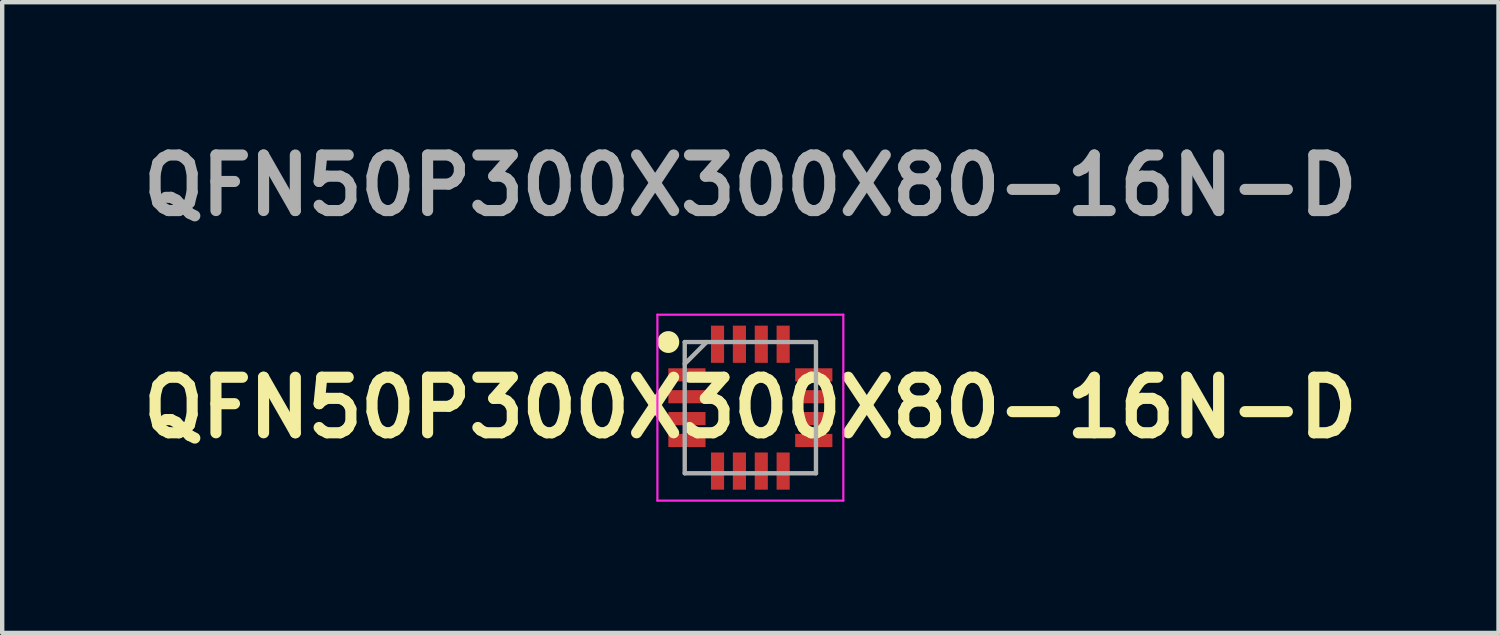
<source format=kicad_pcb>
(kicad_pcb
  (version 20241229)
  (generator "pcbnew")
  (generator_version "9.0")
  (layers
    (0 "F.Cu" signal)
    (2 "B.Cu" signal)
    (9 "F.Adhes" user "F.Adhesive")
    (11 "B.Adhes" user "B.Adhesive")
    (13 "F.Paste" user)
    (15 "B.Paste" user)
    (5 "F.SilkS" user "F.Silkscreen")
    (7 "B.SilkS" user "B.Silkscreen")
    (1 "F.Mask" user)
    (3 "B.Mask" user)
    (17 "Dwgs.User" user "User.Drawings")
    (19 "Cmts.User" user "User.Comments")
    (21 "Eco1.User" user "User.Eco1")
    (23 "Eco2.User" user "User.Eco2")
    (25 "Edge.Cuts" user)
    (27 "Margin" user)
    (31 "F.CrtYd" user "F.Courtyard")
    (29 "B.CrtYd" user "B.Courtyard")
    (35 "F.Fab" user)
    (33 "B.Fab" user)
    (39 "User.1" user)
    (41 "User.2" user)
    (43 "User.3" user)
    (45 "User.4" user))
  (footprint "QFN50P300X300X80-16N-D"
    (layer "F.Cu")
    (at 14.103 6.269)
    (property "Reference" "QFN50P300X300X80-16N-D" (at 0 0 0) (layer "F.SilkS") (effects (font (size 1.27 1.27) (thickness 0.254))))
    (attr smd)
    (fp_circle (center -1.875 -1.5) (end -1.875 -1.375) (stroke (width 0.25) (type solid)) (fill no) (layer "F.SilkS"))
    (fp_line (start -2.125 -2.125) (end 2.125 -2.125) (stroke (width 0.05) (type solid)) (layer "F.CrtYd"))
    (fp_line (start -2.125 2.125) (end -2.125 -2.125) (stroke (width 0.05) (type solid)) (layer "F.CrtYd"))
    (fp_line (start 2.125 -2.125) (end 2.125 2.125) (stroke (width 0.05) (type solid)) (layer "F.CrtYd"))
    (fp_line (start 2.125 2.125) (end -2.125 2.125) (stroke (width 0.05) (type solid)) (layer "F.CrtYd"))
    (fp_line (start -1.5 -1.5) (end 1.5 -1.5) (stroke (width 0.1) (type solid)) (layer "F.Fab"))
    (fp_line (start -1.5 -1) (end -1 -1.5) (stroke (width 0.1) (type solid)) (layer "F.Fab"))
    (fp_line (start -1.5 1.5) (end -1.5 -1.5) (stroke (width 0.1) (type solid)) (layer "F.Fab"))
    (fp_line (start 1.5 -1.5) (end 1.5 1.5) (stroke (width 0.1) (type solid)) (layer "F.Fab"))
    (fp_line (start 1.5 1.5) (end -1.5 1.5) (stroke (width 0.1) (type solid)) (layer "F.Fab"))
    (fp_text user "${REFERENCE}" (at 0 -5.08 0) (layer "F.Fab") (effects (font (size 1.27 1.27) (thickness 0.254))))
    (pad "1" smd rect (at -1.45 -0.75 90) (size 0.3 0.85) (layers "F.Cu" "F.Mask" "F.Paste"))
    (pad "2" smd rect (at -1.45 -0.25 90) (size 0.3 0.85) (layers "F.Cu" "F.Mask" "F.Paste"))
    (pad "3" smd rect (at -1.45 0.25 90) (size 0.3 0.85) (layers "F.Cu" "F.Mask" "F.Paste"))
    (pad "4" smd rect (at -1.45 0.75 90) (size 0.3 0.85) (layers "F.Cu" "F.Mask" "F.Paste"))
    (pad "5" smd rect (at -0.75 1.45) (size 0.3 0.85) (layers "F.Cu" "F.Mask" "F.Paste"))
    (pad "6" smd rect (at -0.25 1.45) (size 0.3 0.85) (layers "F.Cu" "F.Mask" "F.Paste"))
    (pad "7" smd rect (at 0.25 1.45) (size 0.3 0.85) (layers "F.Cu" "F.Mask" "F.Paste"))
    (pad "8" smd rect (at 0.75 1.45) (size 0.3 0.85) (layers "F.Cu" "F.Mask" "F.Paste"))
    (pad "9" smd rect (at 1.45 0.75 90) (size 0.3 0.85) (layers "F.Cu" "F.Mask" "F.Paste"))
    (pad "10" smd rect (at 1.45 0.25 90) (size 0.3 0.85) (layers "F.Cu" "F.Mask" "F.Paste"))
    (pad "11" smd rect (at 1.45 -0.25 90) (size 0.3 0.85) (layers "F.Cu" "F.Mask" "F.Paste"))
    (pad "12" smd rect (at 1.45 -0.75 90) (size 0.3 0.85) (layers "F.Cu" "F.Mask" "F.Paste"))
    (pad "13" smd rect (at 0.75 -1.45) (size 0.3 0.85) (layers "F.Cu" "F.Mask" "F.Paste"))
    (pad "14" smd rect (at 0.25 -1.45) (size 0.3 0.85) (layers "F.Cu" "F.Mask" "F.Paste"))
    (pad "15" smd rect (at -0.25 -1.45) (size 0.3 0.85) (layers "F.Cu" "F.Mask" "F.Paste"))
    (pad "16" smd rect (at -0.75 -1.45) (size 0.3 0.85) (layers "F.Cu" "F.Mask" "F.Paste")))
  (gr_rect
    (start -3 -3)
    (end 31.206 11.419)
    (stroke (width 0.1) (type default))
    (fill no)
    (layer "Edge.Cuts")))
</source>
